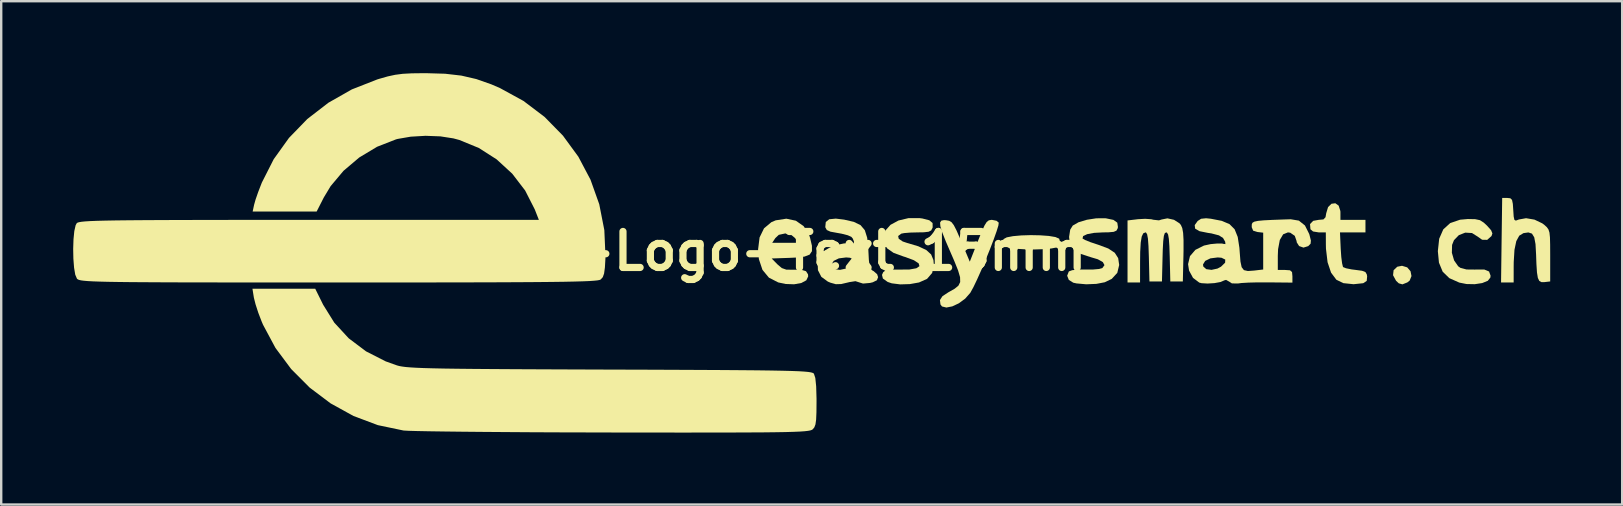
<source format=kicad_pcb>
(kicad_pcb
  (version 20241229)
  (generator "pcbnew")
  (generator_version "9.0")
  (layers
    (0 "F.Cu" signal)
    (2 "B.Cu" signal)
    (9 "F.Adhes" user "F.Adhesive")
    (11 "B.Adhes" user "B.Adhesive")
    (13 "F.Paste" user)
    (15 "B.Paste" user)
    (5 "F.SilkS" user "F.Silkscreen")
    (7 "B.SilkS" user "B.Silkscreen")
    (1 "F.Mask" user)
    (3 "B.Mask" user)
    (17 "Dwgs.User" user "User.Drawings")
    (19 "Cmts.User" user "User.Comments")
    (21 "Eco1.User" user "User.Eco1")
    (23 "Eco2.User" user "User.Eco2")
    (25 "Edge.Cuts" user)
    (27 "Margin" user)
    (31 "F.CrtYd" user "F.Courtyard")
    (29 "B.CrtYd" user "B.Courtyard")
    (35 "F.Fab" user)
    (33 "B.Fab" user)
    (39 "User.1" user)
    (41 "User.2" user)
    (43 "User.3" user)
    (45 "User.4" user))
  (footprint "e-Logo-Text 15mm"
    (layer "F.Cu")
    (at 30.806 7.418)
    (property "Reference" "e-Logo-Text 15mm" (at 0 0 0) (layer "F.SilkS") (effects (font (size 1.5 1.5) (thickness 0.3))))
    (attr board_only exclude_from_pos_files exclude_from_bom)
    (fp_poly (pts (xy 24.791 0.675) (xy 24.929 0.836) (xy 24.969 1.037) (xy 24.894 1.224) (xy 24.797 1.302) (xy 24.591 1.383) (xy 24.44 1.34) (xy 24.326 1.233) (xy 24.201 1.002) (xy 24.224 0.793) (xy 24.377 0.648) (xy 24.574 0.609)) (stroke (width 0) (type solid)) (fill yes) (layer "F.SilkS"))
    (fp_poly (pts (xy 9.498 -0.661) (xy 9.854 -0.635) (xy 10.13 -0.589) (xy 10.281 -0.524) (xy 10.29 -0.512) (xy 10.34 -0.322) (xy 10.324 -0.229) (xy 10.216 -0.163) (xy 9.975 -0.115) (xy 9.642 -0.084) (xy 9.258 -0.071) (xy 8.864 -0.077) (xy 8.5 -0.1) (xy 8.206 -0.142) (xy 8.025 -0.202) (xy 7.997 -0.225) (xy 7.929 -0.392) (xy 7.974 -0.507) (xy 8.102 -0.576) (xy 8.362 -0.626) (xy 8.709 -0.657) (xy 9.102 -0.669)) (stroke (width 0) (type solid)) (fill yes) (layer "F.SilkS"))
    (fp_poly (pts (xy 27.623 -1.334) (xy 27.822 -1.292) (xy 27.984 -1.188) (xy 28.117 -1.064) (xy 28.288 -0.872) (xy 28.341 -0.74) (xy 28.304 -0.63) (xy 28.125 -0.472) (xy 27.913 -0.476) (xy 27.737 -0.601) (xy 27.491 -0.756) (xy 27.21 -0.773) (xy 26.943 -0.668) (xy 26.739 -0.457) (xy 26.661 -0.261) (xy 26.652 0.066) (xy 26.745 0.385) (xy 26.915 0.629) (xy 27.006 0.694) (xy 27.262 0.763) (xy 27.619 0.767) (xy 27.656 0.764) (xy 28.002 0.764) (xy 28.202 0.847) (xy 28.265 1.02) (xy 28.256 1.101) (xy 28.149 1.235) (xy 27.917 1.329) (xy 27.605 1.376) (xy 27.261 1.369) (xy 26.961 1.309) (xy 26.547 1.125) (xy 26.269 0.855) (xy 26.114 0.479) (xy 26.068 0) (xy 26.124 -0.519) (xy 26.294 -0.908) (xy 26.583 -1.171) (xy 26.993 -1.311) (xy 27.319 -1.34)) (stroke (width 0) (type solid)) (fill yes) (layer "F.SilkS"))
    (fp_poly (pts (xy 29.09 -2.205) (xy 29.159 -2.137) (xy 29.193 -1.973) (xy 29.21 -1.722) (xy 29.228 -1.444) (xy 29.258 -1.306) (xy 29.319 -1.274) (xy 29.432 -1.315) (xy 29.442 -1.32) (xy 29.744 -1.374) (xy 30.094 -1.315) (xy 30.423 -1.158) (xy 30.51 -1.091) (xy 30.61 -1) (xy 30.677 -0.906) (xy 30.719 -0.776) (xy 30.74 -0.575) (xy 30.748 -0.269) (xy 30.75 0.176) (xy 30.75 0.188) (xy 30.75 1.261) (xy 30.513 1.289) (xy 30.386 1.289) (xy 30.296 1.24) (xy 30.236 1.115) (xy 30.199 0.888) (xy 30.176 0.534) (xy 30.162 0.14) (xy 30.138 -0.294) (xy 30.085 -0.577) (xy 29.991 -0.731) (xy 29.841 -0.781) (xy 29.636 -0.752) (xy 29.46 -0.645) (xy 29.337 -0.419) (xy 29.261 -0.057) (xy 29.23 0.456) (xy 29.228 0.631) (xy 29.227 1.305) (xy 28.965 1.305) (xy 28.702 1.305) (xy 28.725 -0.457) (xy 28.749 -2.218) (xy 28.966 -2.218)) (stroke (width 0) (type solid)) (fill yes) (layer "F.SilkS"))
    (fp_poly (pts (xy -0.687 -1.269) (xy -0.363 -1.042) (xy -0.139 -0.688) (xy -0.095 -0.554) (xy -0.018 -0.226) (xy -0.017 0.000221) (xy -0.114 0.144) (xy -0.329 0.226) (xy -0.685 0.266) (xy -0.961 0.279) (xy -1.696 0.304) (xy -1.455 0.55) (xy -1.274 0.704) (xy -1.086 0.77) (xy -0.811 0.774) (xy -0.798 0.773) (xy -0.461 0.776) (xy -0.265 0.835) (xy -0.182 0.964) (xy -0.174 1.051) (xy -0.252 1.214) (xy -0.46 1.326) (xy -0.761 1.38) (xy -1.117 1.367) (xy -1.423 1.302) (xy -1.81 1.104) (xy -2.079 0.78) (xy -2.229 0.332) (xy -2.262 -0.07) (xy -2.228 -0.348) (xy -1.674 -0.348) (xy -1.131 -0.348) (xy -0.588 -0.348) (xy -0.718 -0.544) (xy -0.908 -0.703) (xy -1.131 -0.739) (xy -1.4 -0.681) (xy -1.544 -0.544) (xy -1.674 -0.348) (xy -2.228 -0.348) (xy -2.2 -0.572) (xy -2.015 -0.952) (xy -1.708 -1.209) (xy -1.529 -1.285) (xy -1.084 -1.354)) (stroke (width 0) (type solid)) (fill yes) (layer "F.SilkS"))
    (fp_poly (pts (xy 21.934 -1.898) (xy 22.005 -1.674) (xy 22.008 -1.612) (xy 22.008 -1.305) (xy 22.529 -1.305) (xy 23.051 -1.305) (xy 23.051 -1.044) (xy 23.051 -0.783) (xy 22.52 -0.783) (xy 21.989 -0.783) (xy 22.02 -0.094) (xy 22.043 0.239) (xy 22.077 0.504) (xy 22.113 0.652) (xy 22.122 0.665) (xy 22.243 0.713) (xy 22.475 0.76) (xy 22.644 0.781) (xy 22.91 0.817) (xy 23.05 0.871) (xy 23.108 0.972) (xy 23.121 1.054) (xy 23.103 1.24) (xy 22.967 1.33) (xy 22.947 1.336) (xy 22.556 1.377) (xy 22.127 1.332) (xy 21.838 1.19) (xy 21.618 0.896) (xy 21.472 0.462) (xy 21.405 -0.102) (xy 21.401 -0.283) (xy 21.399 -0.783) (xy 21.103 -0.783) (xy 20.866 -0.821) (xy 20.758 -0.913) (xy 20.741 -1.129) (xy 20.871 -1.264) (xy 21.098 -1.305) (xy 21.299 -1.323) (xy 21.386 -1.414) (xy 21.415 -1.579) (xy 21.492 -1.836) (xy 21.634 -1.976) (xy 21.795 -1.997)) (stroke (width 0) (type solid)) (fill yes) (layer "F.SilkS"))
    (fp_poly (pts (xy 15.073 -1.307) (xy 15.304 -1.158) (xy 15.359 -1.091) (xy 15.416 -0.961) (xy 15.452 -0.762) (xy 15.469 -0.465) (xy 15.469 -0.036) (xy 15.465 0.185) (xy 15.44 1.261) (xy 15.179 1.261) (xy 14.918 1.261) (xy 14.894 0.239) (xy 14.879 -0.211) (xy 14.857 -0.513) (xy 14.826 -0.691) (xy 14.78 -0.771) (xy 14.744 -0.783) (xy 14.688 -0.75) (xy 14.649 -0.635) (xy 14.622 -0.411) (xy 14.603 -0.054) (xy 14.595 0.239) (xy 14.57 1.261) (xy 14.309 1.261) (xy 14.048 1.261) (xy 14.024 0.239) (xy 14.008 -0.218) (xy 13.985 -0.525) (xy 13.951 -0.704) (xy 13.904 -0.778) (xy 13.882 -0.783) (xy 13.79 -0.743) (xy 13.726 -0.608) (xy 13.685 -0.357) (xy 13.663 0.029) (xy 13.658 0.457) (xy 13.657 1.305) (xy 13.396 1.305) (xy 13.135 1.305) (xy 13.135 0.012) (xy 13.135 -1.281) (xy 13.574 -1.333) (xy 13.871 -1.349) (xy 14.125 -1.331) (xy 14.209 -1.31) (xy 14.444 -1.284) (xy 14.556 -1.32) (xy 14.798 -1.368)) (stroke (width 0) (type solid)) (fill yes) (layer "F.SilkS"))
    (fp_poly (pts (xy 7.676 -1.267) (xy 7.768 -1.189) (xy 7.752 -1.068) (xy 7.676 -0.822) (xy 7.555 -0.482) (xy 7.401 -0.08) (xy 7.226 0.351) (xy 7.045 0.778) (xy 6.87 1.17) (xy 6.715 1.494) (xy 6.592 1.718) (xy 6.579 1.739) (xy 6.368 1.979) (xy 6.107 2.171) (xy 5.833 2.3) (xy 5.586 2.349) (xy 5.403 2.304) (xy 5.339 2.221) (xy 5.317 2.037) (xy 5.422 1.876) (xy 5.676 1.709) (xy 5.696 1.699) (xy 5.932 1.564) (xy 6.087 1.437) (xy 6.161 1.287) (xy 6.156 1.085) (xy 6.073 0.802) (xy 5.915 0.408) (xy 5.779 0.096) (xy 5.56 -0.411) (xy 5.413 -0.782) (xy 5.335 -1.035) (xy 5.323 -1.192) (xy 5.374 -1.271) (xy 5.485 -1.294) (xy 5.576 -1.289) (xy 5.701 -1.266) (xy 5.801 -1.207) (xy 5.896 -1.082) (xy 6.009 -0.862) (xy 6.159 -0.517) (xy 6.204 -0.411) (xy 6.561 0.438) (xy 6.905 -0.433) (xy 7.06 -0.82) (xy 7.175 -1.071) (xy 7.266 -1.217) (xy 7.354 -1.285) (xy 7.458 -1.304) (xy 7.486 -1.305)) (stroke (width 0) (type solid)) (fill yes) (layer "F.SilkS"))
    (fp_poly (pts (xy 4.586 -1.362) (xy 4.874 -1.288) (xy 5.01 -1.173) (xy 5.014 -0.998) (xy 5.004 -0.966) (xy 4.952 -0.865) (xy 4.845 -0.81) (xy 4.642 -0.787) (xy 4.394 -0.783) (xy 4.082 -0.775) (xy 3.827 -0.754) (xy 3.704 -0.73) (xy 3.575 -0.632) (xy 3.6 -0.516) (xy 3.766 -0.404) (xy 3.936 -0.347) (xy 4.418 -0.203) (xy 4.748 -0.048) (xy 4.95 0.137) (xy 5.046 0.37) (xy 5.063 0.565) (xy 4.993 0.907) (xy 4.78 1.154) (xy 4.445 1.304) (xy 4.062 1.372) (xy 3.661 1.384) (xy 3.309 1.34) (xy 3.138 1.282) (xy 2.94 1.141) (xy 2.902 0.988) (xy 2.955 0.872) (xy 3.053 0.798) (xy 3.251 0.766) (xy 3.583 0.768) (xy 3.601 0.768) (xy 4.044 0.764) (xy 4.332 0.713) (xy 4.463 0.625) (xy 4.431 0.51) (xy 4.234 0.379) (xy 3.867 0.242) (xy 3.802 0.223) (xy 3.382 0.069) (xy 3.115 -0.118) (xy 2.982 -0.357) (xy 2.958 -0.558) (xy 3.038 -0.854) (xy 3.258 -1.099) (xy 3.589 -1.278) (xy 4.001 -1.376) (xy 4.465 -1.378)) (stroke (width 0) (type solid)) (fill yes) (layer "F.SilkS"))
    (fp_poly (pts (xy 12.235 -1.369) (xy 12.548 -1.304) (xy 12.709 -1.188) (xy 12.735 -1.005) (xy 12.723 -0.947) (xy 12.674 -0.857) (xy 12.56 -0.806) (xy 12.34 -0.786) (xy 12.119 -0.783) (xy 11.741 -0.763) (xy 11.453 -0.709) (xy 11.284 -0.629) (xy 11.26 -0.53) (xy 11.262 -0.526) (xy 11.363 -0.466) (xy 11.585 -0.377) (xy 11.882 -0.278) (xy 11.913 -0.268) (xy 12.332 -0.112) (xy 12.602 0.066) (xy 12.745 0.289) (xy 12.787 0.575) (xy 12.708 0.904) (xy 12.477 1.155) (xy 12.187 1.295) (xy 11.836 1.363) (xy 11.413 1.38) (xy 11.012 1.344) (xy 10.874 1.314) (xy 10.689 1.199) (xy 10.619 1.024) (xy 10.686 0.849) (xy 10.693 0.842) (xy 10.832 0.792) (xy 11.098 0.766) (xy 11.375 0.765) (xy 11.692 0.765) (xy 11.948 0.742) (xy 12.082 0.706) (xy 12.174 0.583) (xy 12.107 0.456) (xy 11.896 0.337) (xy 11.615 0.254) (xy 11.166 0.108) (xy 10.872 -0.101) (xy 10.724 -0.381) (xy 10.699 -0.591) (xy 10.746 -0.896) (xy 10.852 -1.067) (xy 11.091 -1.204) (xy 11.44 -1.309) (xy 11.834 -1.37) (xy 12.209 -1.371)) (stroke (width 0) (type solid)) (fill yes) (layer "F.SilkS"))
    (fp_poly (pts (xy 1.322 -1.315) (xy 1.729 -1.221) (xy 2.009 -1.084) (xy 2.186 -0.874) (xy 2.285 -0.56) (xy 2.331 -0.111) (xy 2.335 -0.015) (xy 2.354 0.357) (xy 2.381 0.592) (xy 2.426 0.729) (xy 2.499 0.803) (xy 2.552 0.831) (xy 2.7 0.961) (xy 2.74 1.083) (xy 2.691 1.211) (xy 2.518 1.296) (xy 2.402 1.324) (xy 2.111 1.35) (xy 1.952 1.3) (xy 1.796 1.25) (xy 1.533 1.291) (xy 1.506 1.299) (xy 1.201 1.37) (xy 0.977 1.376) (xy 0.752 1.313) (xy 0.646 1.268) (xy 0.374 1.069) (xy 0.232 0.791) (xy 0.224 0.553) (xy 0.798 0.553) (xy 0.81 0.64) (xy 0.934 0.75) (xy 1.151 0.779) (xy 1.4 0.725) (xy 1.546 0.647) (xy 1.719 0.48) (xy 1.724 0.35) (xy 1.569 0.274) (xy 1.408 0.261) (xy 1.103 0.3) (xy 0.888 0.405) (xy 0.798 0.553) (xy 0.224 0.553) (xy 0.222 0.475) (xy 0.348 0.164) (xy 0.525 -0.033) (xy 0.74 -0.159) (xy 1.026 -0.261) (xy 1.321 -0.324) (xy 1.561 -0.332) (xy 1.652 -0.305) (xy 1.726 -0.306) (xy 1.734 -0.402) (xy 1.682 -0.53) (xy 1.624 -0.597) (xy 1.476 -0.663) (xy 1.222 -0.728) (xy 1.037 -0.761) (xy 0.754 -0.813) (xy 0.603 -0.881) (xy 0.544 -0.986) (xy 0.539 -1.009) (xy 0.56 -1.215) (xy 0.702 -1.33) (xy 0.977 -1.357)) (stroke (width 0) (type solid)) (fill yes) (layer "F.SilkS"))
    (fp_poly (pts (xy -20.388 2.233) (xy -19.924 2.979) (xy -19.323 3.631) (xy -18.603 4.174) (xy -17.781 4.593) (xy -17.31 4.761) (xy -17.217 4.786) (xy -17.102 4.807) (xy -16.954 4.827) (xy -16.762 4.843) (xy -16.516 4.858) (xy -16.205 4.871) (xy -15.818 4.882) (xy -15.344 4.892) (xy -14.773 4.9) (xy -14.095 4.907) (xy -13.297 4.913) (xy -12.371 4.919) (xy -11.305 4.924) (xy -10.088 4.929) (xy -8.709 4.934) (xy -8.438 4.935) (xy -7.036 4.939) (xy -5.798 4.944) (xy -4.714 4.949) (xy -3.773 4.954) (xy -2.965 4.96) (xy -2.28 4.966) (xy -1.707 4.974) (xy -1.237 4.983) (xy -0.859 4.993) (xy -0.562 5.004) (xy -0.337 5.018) (xy -0.174 5.033) (xy -0.061 5.051) (xy 0.011 5.071) (xy 0.052 5.093) (xy 0.065 5.107) (xy 0.123 5.285) (xy 0.159 5.635) (xy 0.174 6.158) (xy 0.174 6.266) (xy 0.17 6.713) (xy 0.157 7.02) (xy 0.129 7.219) (xy 0.082 7.344) (xy 0.015 7.424) (xy -0.022 7.448) (xy -0.084 7.47) (xy -0.181 7.488) (xy -0.323 7.504) (xy -0.521 7.518) (xy -0.785 7.529) (xy -1.126 7.539) (xy -1.554 7.546) (xy -2.08 7.552) (xy -2.713 7.555) (xy -3.465 7.558) (xy -4.346 7.559) (xy -5.367 7.56) (xy -6.537 7.559) (xy -7.868 7.557) (xy -8.314 7.557) (xy -9.505 7.554) (xy -10.655 7.551) (xy -11.752 7.546) (xy -12.782 7.539) (xy -13.733 7.532) (xy -14.591 7.524) (xy -15.342 7.515) (xy -15.975 7.506) (xy -16.476 7.496) (xy -16.831 7.486) (xy -17.027 7.475) (xy -17.044 7.473) (xy -18.109 7.25) (xy -19.126 6.868) (xy -20.079 6.342) (xy -20.95 5.686) (xy -21.721 4.912) (xy -22.375 4.034) (xy -22.894 3.066) (xy -22.954 2.925) (xy -23.092 2.565) (xy -23.206 2.213) (xy -23.274 1.943) (xy -23.277 1.928) (xy -23.335 1.566) (xy -22.026 1.566) (xy -20.718 1.566)) (stroke (width 0) (type solid)) (fill yes) (layer "F.SilkS"))
    (fp_poly (pts (xy 16.607 -1.352) (xy 17.062 -1.264) (xy 17.385 -1.127) (xy 17.598 -0.914) (xy 17.727 -0.594) (xy 17.797 -0.142) (xy 17.811 0.049) (xy 17.841 0.43) (xy 17.891 0.667) (xy 17.986 0.79) (xy 18.151 0.827) (xy 18.413 0.808) (xy 18.463 0.802) (xy 18.789 0.764) (xy 18.789 -0.004) (xy 18.789 -0.771) (xy 18.55 -0.799) (xy 18.371 -0.854) (xy 18.312 -0.995) (xy 18.311 -1.044) (xy 18.315 -1.126) (xy 18.345 -1.187) (xy 18.423 -1.231) (xy 18.573 -1.263) (xy 18.817 -1.286) (xy 19.179 -1.304) (xy 19.682 -1.322) (xy 19.937 -1.33) (xy 20.276 -1.273) (xy 20.529 -1.071) (xy 20.706 -0.718) (xy 20.72 -0.671) (xy 20.777 -0.442) (xy 20.764 -0.311) (xy 20.671 -0.216) (xy 20.664 -0.21) (xy 20.468 -0.149) (xy 20.286 -0.213) (xy 20.186 -0.371) (xy 20.181 -0.421) (xy 20.105 -0.639) (xy 19.917 -0.769) (xy 19.82 -0.783) (xy 19.62 -0.702) (xy 19.481 -0.466) (xy 19.409 -0.081) (xy 19.398 0.193) (xy 19.398 0.783) (xy 19.702 0.783) (xy 19.907 0.797) (xy 19.991 0.871) (xy 20.007 1.047) (xy 20.007 1.31) (xy 18.985 1.3) (xy 18.558 1.3) (xy 18.176 1.31) (xy 17.884 1.327) (xy 17.736 1.347) (xy 17.485 1.343) (xy 17.378 1.273) (xy 17.242 1.197) (xy 17.17 1.216) (xy 17.015 1.284) (xy 16.758 1.331) (xy 16.47 1.349) (xy 16.219 1.334) (xy 16.124 1.309) (xy 15.864 1.112) (xy 15.699 0.808) (xy 15.66 0.553) (xy 16.281 0.553) (xy 16.293 0.64) (xy 16.418 0.75) (xy 16.635 0.779) (xy 16.883 0.725) (xy 17.03 0.647) (xy 17.202 0.48) (xy 17.208 0.35) (xy 17.052 0.274) (xy 16.892 0.261) (xy 16.587 0.3) (xy 16.372 0.405) (xy 16.281 0.553) (xy 15.66 0.553) (xy 15.658 0.539) (xy 15.737 0.207) (xy 15.964 -0.056) (xy 16.321 -0.234) (xy 16.597 -0.294) (xy 16.87 -0.319) (xy 17.074 -0.318) (xy 17.139 -0.303) (xy 17.215 -0.296) (xy 17.204 -0.394) (xy 17.115 -0.55) (xy 16.945 -0.659) (xy 16.629 -0.741) (xy 16.485 -0.762) (xy 16.135 -0.833) (xy 15.952 -0.94) (xy 15.935 -1.087) (xy 16.059 -1.259) (xy 16.202 -1.351) (xy 16.409 -1.372)) (stroke (width 0) (type solid)) (fill yes) (layer "F.SilkS"))
    (fp_poly (pts (xy -15.305 -7.395) (xy -14.628 -7.317) (xy -14.005 -7.173) (xy -13.379 -6.953) (xy -13.022 -6.799) (xy -12.039 -6.261) (xy -11.16 -5.595) (xy -10.395 -4.815) (xy -9.753 -3.938) (xy -9.246 -2.979) (xy -8.881 -1.954) (xy -8.67 -0.879) (xy -8.621 0.231) (xy -8.624 0.297) (xy -8.646 0.681) (xy -8.68 0.931) (xy -8.734 1.083) (xy -8.817 1.176) (xy -8.824 1.181) (xy -8.869 1.2) (xy -8.958 1.217) (xy -9.098 1.231) (xy -9.298 1.245) (xy -9.568 1.256) (xy -9.915 1.266) (xy -10.348 1.275) (xy -10.877 1.282) (xy -11.509 1.288) (xy -12.254 1.293) (xy -13.119 1.297) (xy -14.115 1.3) (xy -15.249 1.302) (xy -16.529 1.304) (xy -17.966 1.305) (xy -19.567 1.305) (xy -19.749 1.305) (xy -21.341 1.305) (xy -22.768 1.304) (xy -24.04 1.304) (xy -25.165 1.302) (xy -26.152 1.301) (xy -27.011 1.298) (xy -27.751 1.294) (xy -28.381 1.29) (xy -28.91 1.284) (xy -29.348 1.277) (xy -29.702 1.268) (xy -29.983 1.258) (xy -30.2 1.246) (xy -30.362 1.232) (xy -30.477 1.217) (xy -30.556 1.199) (xy -30.607 1.179) (xy -30.639 1.156) (xy -30.649 1.146) (xy -30.72 0.979) (xy -30.769 0.687) (xy -30.798 0.314) (xy -30.806 -0.095) (xy -30.793 -0.494) (xy -30.759 -0.838) (xy -30.703 -1.084) (xy -30.656 -1.168) (xy -30.622 -1.19) (xy -30.558 -1.209) (xy -30.455 -1.226) (xy -30.303 -1.241) (xy -30.093 -1.254) (xy -29.815 -1.265) (xy -29.46 -1.274) (xy -29.018 -1.282) (xy -28.48 -1.288) (xy -27.836 -1.293) (xy -27.077 -1.297) (xy -26.193 -1.3) (xy -25.175 -1.302) (xy -24.013 -1.304) (xy -22.697 -1.305) (xy -21.219 -1.305) (xy -20.959 -1.305) (xy -11.398 -1.305) (xy -11.571 -1.745) (xy -11.97 -2.528) (xy -12.507 -3.228) (xy -13.158 -3.826) (xy -13.9 -4.301) (xy -14.709 -4.633) (xy -14.962 -4.701) (xy -15.503 -4.785) (xy -16.12 -4.808) (xy -16.738 -4.772) (xy -17.279 -4.679) (xy -17.354 -4.659) (xy -18.146 -4.349) (xy -18.885 -3.904) (xy -19.539 -3.35) (xy -20.076 -2.711) (xy -20.36 -2.24) (xy -20.659 -1.653) (xy -21.993 -1.653) (xy -23.326 -1.653) (xy -23.266 -1.935) (xy -23.204 -2.154) (xy -23.095 -2.468) (xy -22.96 -2.816) (xy -22.942 -2.862) (xy -22.449 -3.833) (xy -21.813 -4.72) (xy -21.048 -5.509) (xy -20.169 -6.187) (xy -19.192 -6.742) (xy -18.132 -7.158) (xy -18.05 -7.183) (xy -17.695 -7.284) (xy -17.385 -7.351) (xy -17.069 -7.392) (xy -16.694 -7.412) (xy -16.208 -7.418) (xy -16.092 -7.418)) (stroke (width 0) (type solid)) (fill yes) (layer "F.SilkS")))
  (gr_rect
    (start -3 -3)
    (end 64.556 17.978)
    (stroke (width 0.1) (type default))
    (fill no)
    (layer "Edge.Cuts")))
</source>
